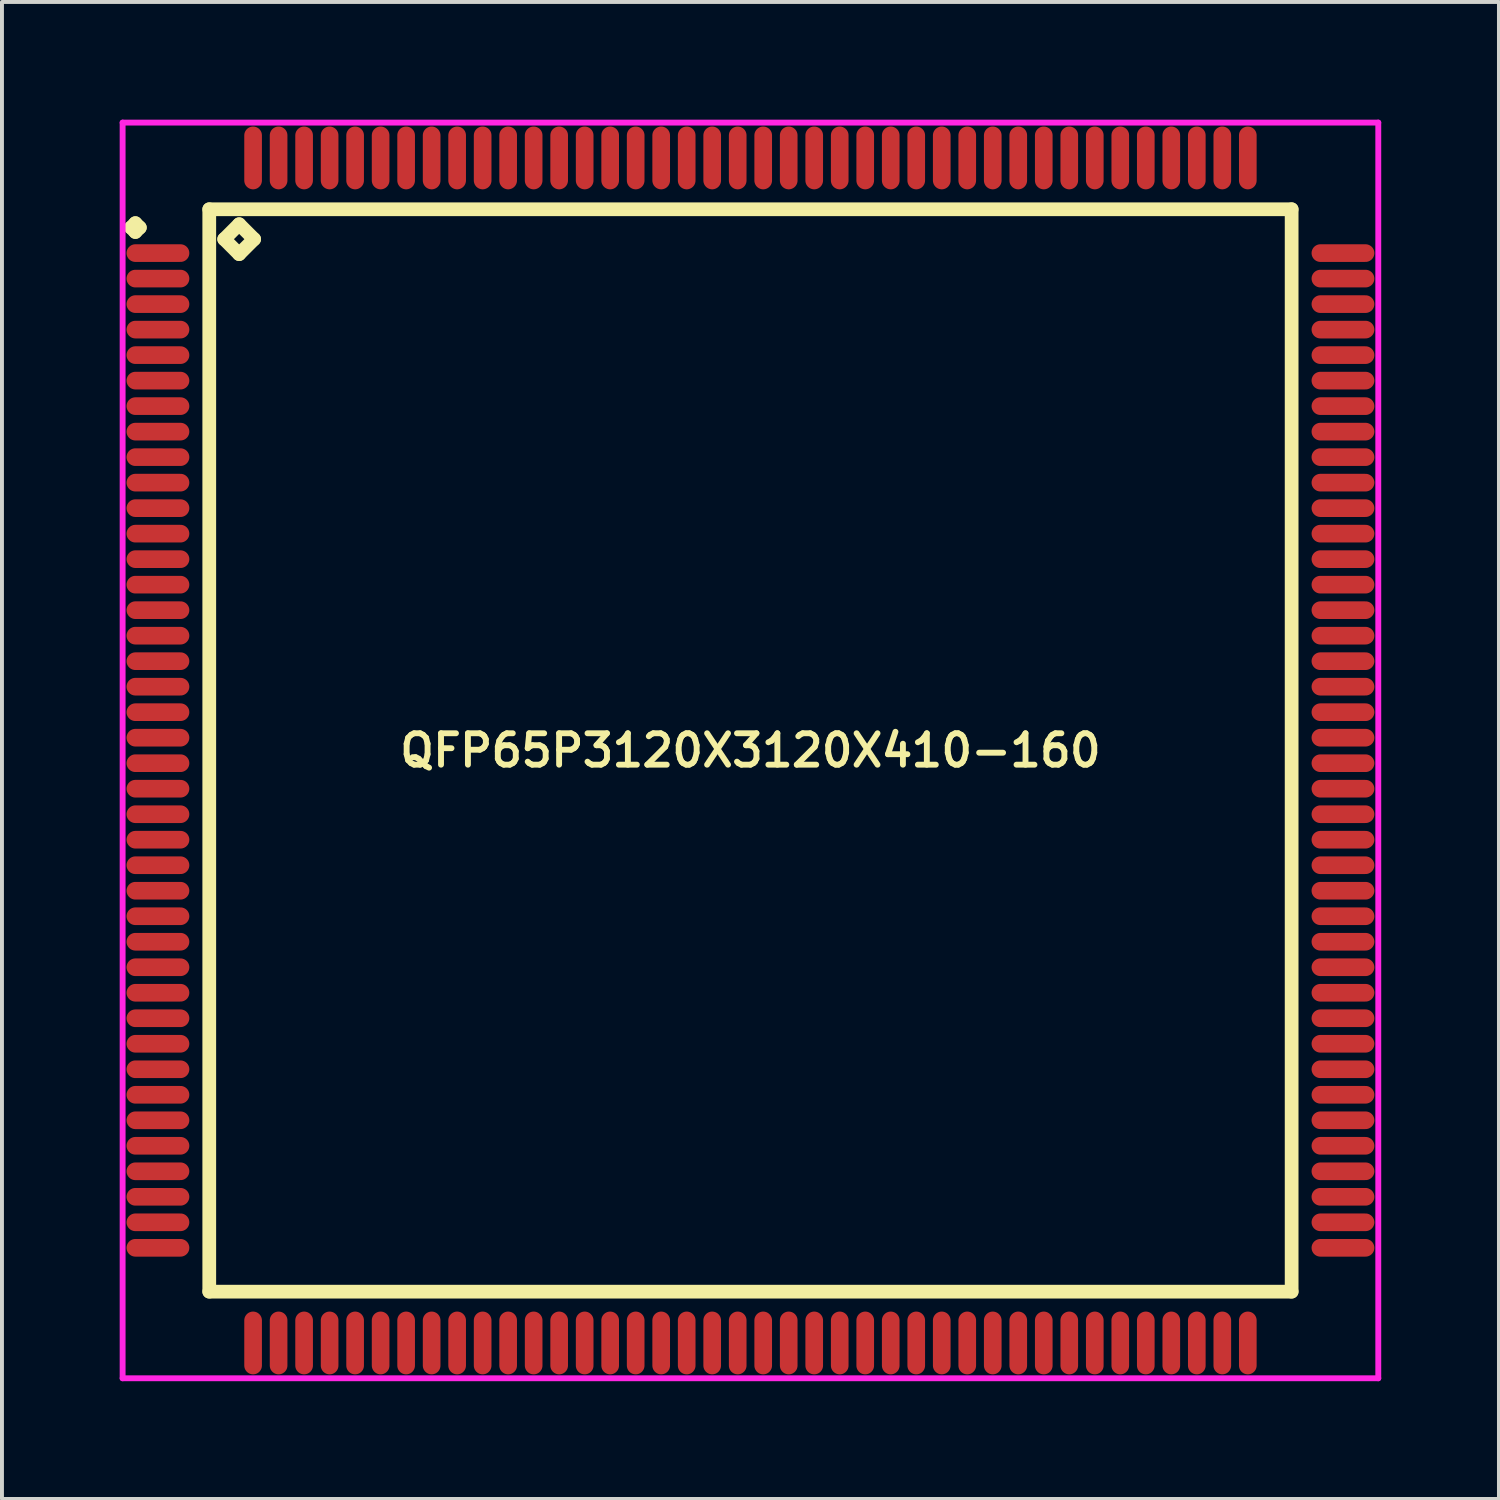
<source format=kicad_pcb>
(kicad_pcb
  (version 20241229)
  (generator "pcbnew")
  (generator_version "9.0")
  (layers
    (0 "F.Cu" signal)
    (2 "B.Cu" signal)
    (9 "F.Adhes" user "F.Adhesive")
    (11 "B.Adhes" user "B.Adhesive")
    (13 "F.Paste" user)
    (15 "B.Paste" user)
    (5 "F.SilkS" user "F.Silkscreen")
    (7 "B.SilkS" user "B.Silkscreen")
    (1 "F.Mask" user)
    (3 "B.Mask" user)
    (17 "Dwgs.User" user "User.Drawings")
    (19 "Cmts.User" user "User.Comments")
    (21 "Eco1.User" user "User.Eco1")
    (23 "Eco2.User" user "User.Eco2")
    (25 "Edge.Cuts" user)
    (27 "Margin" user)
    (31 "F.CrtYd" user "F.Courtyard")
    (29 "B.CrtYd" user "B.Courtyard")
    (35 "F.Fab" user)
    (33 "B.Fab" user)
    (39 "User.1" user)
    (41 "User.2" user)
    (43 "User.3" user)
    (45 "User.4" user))
  (footprint "QFP65P3120X3120X410-160"
    (layer "F.Cu")
    (at 16.075 16.075)
    (property "Reference" "QFP65P3120X3120X410-160" (at 0 0 0) (layer "F.SilkS") (effects (font (size 0.8 0.8) (thickness 0.15))))
    (attr through_hole)
    (fp_line (start -15.787 -13.325) (end -15.675 -13.438) (stroke (width 0.35) (type solid)) (layer "F.SilkS"))
    (fp_line (start -15.675 -13.438) (end -15.562 -13.325) (stroke (width 0.35) (type solid)) (layer "F.SilkS"))
    (fp_line (start -15.675 -13.213) (end -15.787 -13.325) (stroke (width 0.35) (type solid)) (layer "F.SilkS"))
    (fp_line (start -15.562 -13.325) (end -15.675 -13.213) (stroke (width 0.35) (type solid)) (layer "F.SilkS"))
    (fp_line (start -13.792 -13.792) (end -13.792 13.792) (stroke (width 0.35) (type solid)) (layer "F.SilkS"))
    (fp_line (start -13.792 13.792) (end 13.792 13.792) (stroke (width 0.35) (type solid)) (layer "F.SilkS"))
    (fp_line (start -13.411 -13.03) (end -13.03 -13.411) (stroke (width 0.35) (type solid)) (layer "F.SilkS"))
    (fp_line (start -13.03 -13.411) (end -12.649 -13.03) (stroke (width 0.35) (type solid)) (layer "F.SilkS"))
    (fp_line (start -13.03 -12.649) (end -13.411 -13.03) (stroke (width 0.35) (type solid)) (layer "F.SilkS"))
    (fp_line (start -12.649 -13.03) (end -13.03 -12.649) (stroke (width 0.35) (type solid)) (layer "F.SilkS"))
    (fp_line (start 13.792 -13.792) (end -13.792 -13.792) (stroke (width 0.35) (type solid)) (layer "F.SilkS"))
    (fp_line (start 13.792 13.792) (end 13.792 -13.792) (stroke (width 0.35) (type solid)) (layer "F.SilkS"))
    (fp_line (start -16 -16) (end 16 -16) (stroke (width 0.15) (type solid)) (layer "F.CrtYd"))
    (fp_line (start -16 16) (end -16 -16) (stroke (width 0.15) (type solid)) (layer "F.CrtYd"))
    (fp_line (start 16 -16) (end 16 16) (stroke (width 0.15) (type solid)) (layer "F.CrtYd"))
    (fp_line (start 16 16) (end -16 16) (stroke (width 0.15) (type solid)) (layer "F.CrtYd"))
    (pad "1" smd oval (at -15.1 -12.675) (size 1.6 0.45) (layers "F.Cu" "F.Mask" "F.Paste"))
    (pad "2" smd oval (at -15.1 -12.025) (size 1.6 0.45) (layers "F.Cu" "F.Mask" "F.Paste"))
    (pad "3" smd oval (at -15.1 -11.375) (size 1.6 0.45) (layers "F.Cu" "F.Mask" "F.Paste"))
    (pad "4" smd oval (at -15.1 -10.725) (size 1.6 0.45) (layers "F.Cu" "F.Mask" "F.Paste"))
    (pad "5" smd oval (at -15.1 -10.075) (size 1.6 0.45) (layers "F.Cu" "F.Mask" "F.Paste"))
    (pad "6" smd oval (at -15.1 -9.425) (size 1.6 0.45) (layers "F.Cu" "F.Mask" "F.Paste"))
    (pad "7" smd oval (at -15.1 -8.775) (size 1.6 0.45) (layers "F.Cu" "F.Mask" "F.Paste"))
    (pad "8" smd oval (at -15.1 -8.125) (size 1.6 0.45) (layers "F.Cu" "F.Mask" "F.Paste"))
    (pad "9" smd oval (at -15.1 -7.475) (size 1.6 0.45) (layers "F.Cu" "F.Mask" "F.Paste"))
    (pad "10" smd oval (at -15.1 -6.825) (size 1.6 0.45) (layers "F.Cu" "F.Mask" "F.Paste"))
    (pad "11" smd oval (at -15.1 -6.175) (size 1.6 0.45) (layers "F.Cu" "F.Mask" "F.Paste"))
    (pad "12" smd oval (at -15.1 -5.525) (size 1.6 0.45) (layers "F.Cu" "F.Mask" "F.Paste"))
    (pad "13" smd oval (at -15.1 -4.875) (size 1.6 0.45) (layers "F.Cu" "F.Mask" "F.Paste"))
    (pad "14" smd oval (at -15.1 -4.225) (size 1.6 0.45) (layers "F.Cu" "F.Mask" "F.Paste"))
    (pad "15" smd oval (at -15.1 -3.575) (size 1.6 0.45) (layers "F.Cu" "F.Mask" "F.Paste"))
    (pad "16" smd oval (at -15.1 -2.925) (size 1.6 0.45) (layers "F.Cu" "F.Mask" "F.Paste"))
    (pad "17" smd oval (at -15.1 -2.275) (size 1.6 0.45) (layers "F.Cu" "F.Mask" "F.Paste"))
    (pad "18" smd oval (at -15.1 -1.625) (size 1.6 0.45) (layers "F.Cu" "F.Mask" "F.Paste"))
    (pad "19" smd oval (at -15.1 -0.975) (size 1.6 0.45) (layers "F.Cu" "F.Mask" "F.Paste"))
    (pad "20" smd oval (at -15.1 -0.325) (size 1.6 0.45) (layers "F.Cu" "F.Mask" "F.Paste"))
    (pad "21" smd oval (at -15.1 0.325) (size 1.6 0.45) (layers "F.Cu" "F.Mask" "F.Paste"))
    (pad "22" smd oval (at -15.1 0.975) (size 1.6 0.45) (layers "F.Cu" "F.Mask" "F.Paste"))
    (pad "23" smd oval (at -15.1 1.625) (size 1.6 0.45) (layers "F.Cu" "F.Mask" "F.Paste"))
    (pad "24" smd oval (at -15.1 2.275) (size 1.6 0.45) (layers "F.Cu" "F.Mask" "F.Paste"))
    (pad "25" smd oval (at -15.1 2.925) (size 1.6 0.45) (layers "F.Cu" "F.Mask" "F.Paste"))
    (pad "26" smd oval (at -15.1 3.575) (size 1.6 0.45) (layers "F.Cu" "F.Mask" "F.Paste"))
    (pad "27" smd oval (at -15.1 4.225) (size 1.6 0.45) (layers "F.Cu" "F.Mask" "F.Paste"))
    (pad "28" smd oval (at -15.1 4.875) (size 1.6 0.45) (layers "F.Cu" "F.Mask" "F.Paste"))
    (pad "29" smd oval (at -15.1 5.525) (size 1.6 0.45) (layers "F.Cu" "F.Mask" "F.Paste"))
    (pad "30" smd oval (at -15.1 6.175) (size 1.6 0.45) (layers "F.Cu" "F.Mask" "F.Paste"))
    (pad "31" smd oval (at -15.1 6.825) (size 1.6 0.45) (layers "F.Cu" "F.Mask" "F.Paste"))
    (pad "32" smd oval (at -15.1 7.475) (size 1.6 0.45) (layers "F.Cu" "F.Mask" "F.Paste"))
    (pad "33" smd oval (at -15.1 8.125) (size 1.6 0.45) (layers "F.Cu" "F.Mask" "F.Paste"))
    (pad "34" smd oval (at -15.1 8.775) (size 1.6 0.45) (layers "F.Cu" "F.Mask" "F.Paste"))
    (pad "35" smd oval (at -15.1 9.425) (size 1.6 0.45) (layers "F.Cu" "F.Mask" "F.Paste"))
    (pad "36" smd oval (at -15.1 10.075) (size 1.6 0.45) (layers "F.Cu" "F.Mask" "F.Paste"))
    (pad "37" smd oval (at -15.1 10.725) (size 1.6 0.45) (layers "F.Cu" "F.Mask" "F.Paste"))
    (pad "38" smd oval (at -15.1 11.375) (size 1.6 0.45) (layers "F.Cu" "F.Mask" "F.Paste"))
    (pad "39" smd oval (at -15.1 12.025) (size 1.6 0.45) (layers "F.Cu" "F.Mask" "F.Paste"))
    (pad "40" smd oval (at -15.1 12.675) (size 1.6 0.45) (layers "F.Cu" "F.Mask" "F.Paste"))
    (pad "41" smd oval (at -12.675 15.1) (size 0.45 1.6) (layers "F.Cu" "F.Mask" "F.Paste"))
    (pad "42" smd oval (at -12.025 15.1) (size 0.45 1.6) (layers "F.Cu" "F.Mask" "F.Paste"))
    (pad "43" smd oval (at -11.375 15.1) (size 0.45 1.6) (layers "F.Cu" "F.Mask" "F.Paste"))
    (pad "44" smd oval (at -10.725 15.1) (size 0.45 1.6) (layers "F.Cu" "F.Mask" "F.Paste"))
    (pad "45" smd oval (at -10.075 15.1) (size 0.45 1.6) (layers "F.Cu" "F.Mask" "F.Paste"))
    (pad "46" smd oval (at -9.425 15.1) (size 0.45 1.6) (layers "F.Cu" "F.Mask" "F.Paste"))
    (pad "47" smd oval (at -8.775 15.1) (size 0.45 1.6) (layers "F.Cu" "F.Mask" "F.Paste"))
    (pad "48" smd oval (at -8.125 15.1) (size 0.45 1.6) (layers "F.Cu" "F.Mask" "F.Paste"))
    (pad "49" smd oval (at -7.475 15.1) (size 0.45 1.6) (layers "F.Cu" "F.Mask" "F.Paste"))
    (pad "50" smd oval (at -6.825 15.1) (size 0.45 1.6) (layers "F.Cu" "F.Mask" "F.Paste"))
    (pad "51" smd oval (at -6.175 15.1) (size 0.45 1.6) (layers "F.Cu" "F.Mask" "F.Paste"))
    (pad "52" smd oval (at -5.525 15.1) (size 0.45 1.6) (layers "F.Cu" "F.Mask" "F.Paste"))
    (pad "53" smd oval (at -4.875 15.1) (size 0.45 1.6) (layers "F.Cu" "F.Mask" "F.Paste"))
    (pad "54" smd oval (at -4.225 15.1) (size 0.45 1.6) (layers "F.Cu" "F.Mask" "F.Paste"))
    (pad "55" smd oval (at -3.575 15.1) (size 0.45 1.6) (layers "F.Cu" "F.Mask" "F.Paste"))
    (pad "56" smd oval (at -2.925 15.1) (size 0.45 1.6) (layers "F.Cu" "F.Mask" "F.Paste"))
    (pad "57" smd oval (at -2.275 15.1) (size 0.45 1.6) (layers "F.Cu" "F.Mask" "F.Paste"))
    (pad "58" smd oval (at -1.625 15.1) (size 0.45 1.6) (layers "F.Cu" "F.Mask" "F.Paste"))
    (pad "59" smd oval (at -0.975 15.1) (size 0.45 1.6) (layers "F.Cu" "F.Mask" "F.Paste"))
    (pad "60" smd oval (at -0.325 15.1) (size 0.45 1.6) (layers "F.Cu" "F.Mask" "F.Paste"))
    (pad "61" smd oval (at 0.325 15.1) (size 0.45 1.6) (layers "F.Cu" "F.Mask" "F.Paste"))
    (pad "62" smd oval (at 0.975 15.1) (size 0.45 1.6) (layers "F.Cu" "F.Mask" "F.Paste"))
    (pad "63" smd oval (at 1.625 15.1) (size 0.45 1.6) (layers "F.Cu" "F.Mask" "F.Paste"))
    (pad "64" smd oval (at 2.275 15.1) (size 0.45 1.6) (layers "F.Cu" "F.Mask" "F.Paste"))
    (pad "65" smd oval (at 2.925 15.1) (size 0.45 1.6) (layers "F.Cu" "F.Mask" "F.Paste"))
    (pad "66" smd oval (at 3.575 15.1) (size 0.45 1.6) (layers "F.Cu" "F.Mask" "F.Paste"))
    (pad "67" smd oval (at 4.225 15.1) (size 0.45 1.6) (layers "F.Cu" "F.Mask" "F.Paste"))
    (pad "68" smd oval (at 4.875 15.1) (size 0.45 1.6) (layers "F.Cu" "F.Mask" "F.Paste"))
    (pad "69" smd oval (at 5.525 15.1) (size 0.45 1.6) (layers "F.Cu" "F.Mask" "F.Paste"))
    (pad "70" smd oval (at 6.175 15.1) (size 0.45 1.6) (layers "F.Cu" "F.Mask" "F.Paste"))
    (pad "71" smd oval (at 6.825 15.1) (size 0.45 1.6) (layers "F.Cu" "F.Mask" "F.Paste"))
    (pad "72" smd oval (at 7.475 15.1) (size 0.45 1.6) (layers "F.Cu" "F.Mask" "F.Paste"))
    (pad "73" smd oval (at 8.125 15.1) (size 0.45 1.6) (layers "F.Cu" "F.Mask" "F.Paste"))
    (pad "74" smd oval (at 8.775 15.1) (size 0.45 1.6) (layers "F.Cu" "F.Mask" "F.Paste"))
    (pad "75" smd oval (at 9.425 15.1) (size 0.45 1.6) (layers "F.Cu" "F.Mask" "F.Paste"))
    (pad "76" smd oval (at 10.075 15.1) (size 0.45 1.6) (layers "F.Cu" "F.Mask" "F.Paste"))
    (pad "77" smd oval (at 10.725 15.1) (size 0.45 1.6) (layers "F.Cu" "F.Mask" "F.Paste"))
    (pad "78" smd oval (at 11.375 15.1) (size 0.45 1.6) (layers "F.Cu" "F.Mask" "F.Paste"))
    (pad "79" smd oval (at 12.025 15.1) (size 0.45 1.6) (layers "F.Cu" "F.Mask" "F.Paste"))
    (pad "80" smd oval (at 12.675 15.1) (size 0.45 1.6) (layers "F.Cu" "F.Mask" "F.Paste"))
    (pad "81" smd oval (at 15.1 12.675) (size 1.6 0.45) (layers "F.Cu" "F.Mask" "F.Paste"))
    (pad "82" smd oval (at 15.1 12.025) (size 1.6 0.45) (layers "F.Cu" "F.Mask" "F.Paste"))
    (pad "83" smd oval (at 15.1 11.375) (size 1.6 0.45) (layers "F.Cu" "F.Mask" "F.Paste"))
    (pad "84" smd oval (at 15.1 10.725) (size 1.6 0.45) (layers "F.Cu" "F.Mask" "F.Paste"))
    (pad "85" smd oval (at 15.1 10.075) (size 1.6 0.45) (layers "F.Cu" "F.Mask" "F.Paste"))
    (pad "86" smd oval (at 15.1 9.425) (size 1.6 0.45) (layers "F.Cu" "F.Mask" "F.Paste"))
    (pad "87" smd oval (at 15.1 8.775) (size 1.6 0.45) (layers "F.Cu" "F.Mask" "F.Paste"))
    (pad "88" smd oval (at 15.1 8.125) (size 1.6 0.45) (layers "F.Cu" "F.Mask" "F.Paste"))
    (pad "89" smd oval (at 15.1 7.475) (size 1.6 0.45) (layers "F.Cu" "F.Mask" "F.Paste"))
    (pad "90" smd oval (at 15.1 6.825) (size 1.6 0.45) (layers "F.Cu" "F.Mask" "F.Paste"))
    (pad "91" smd oval (at 15.1 6.175) (size 1.6 0.45) (layers "F.Cu" "F.Mask" "F.Paste"))
    (pad "92" smd oval (at 15.1 5.525) (size 1.6 0.45) (layers "F.Cu" "F.Mask" "F.Paste"))
    (pad "93" smd oval (at 15.1 4.875) (size 1.6 0.45) (layers "F.Cu" "F.Mask" "F.Paste"))
    (pad "94" smd oval (at 15.1 4.225) (size 1.6 0.45) (layers "F.Cu" "F.Mask" "F.Paste"))
    (pad "95" smd oval (at 15.1 3.575) (size 1.6 0.45) (layers "F.Cu" "F.Mask" "F.Paste"))
    (pad "96" smd oval (at 15.1 2.925) (size 1.6 0.45) (layers "F.Cu" "F.Mask" "F.Paste"))
    (pad "97" smd oval (at 15.1 2.275) (size 1.6 0.45) (layers "F.Cu" "F.Mask" "F.Paste"))
    (pad "98" smd oval (at 15.1 1.625) (size 1.6 0.45) (layers "F.Cu" "F.Mask" "F.Paste"))
    (pad "99" smd oval (at 15.1 0.975) (size 1.6 0.45) (layers "F.Cu" "F.Mask" "F.Paste"))
    (pad "100" smd oval (at 15.1 0.325) (size 1.6 0.45) (layers "F.Cu" "F.Mask" "F.Paste"))
    (pad "101" smd oval (at 15.1 -0.325) (size 1.6 0.45) (layers "F.Cu" "F.Mask" "F.Paste"))
    (pad "102" smd oval (at 15.1 -0.975) (size 1.6 0.45) (layers "F.Cu" "F.Mask" "F.Paste"))
    (pad "103" smd oval (at 15.1 -1.625) (size 1.6 0.45) (layers "F.Cu" "F.Mask" "F.Paste"))
    (pad "104" smd oval (at 15.1 -2.275) (size 1.6 0.45) (layers "F.Cu" "F.Mask" "F.Paste"))
    (pad "105" smd oval (at 15.1 -2.925) (size 1.6 0.45) (layers "F.Cu" "F.Mask" "F.Paste"))
    (pad "106" smd oval (at 15.1 -3.575) (size 1.6 0.45) (layers "F.Cu" "F.Mask" "F.Paste"))
    (pad "107" smd oval (at 15.1 -4.225) (size 1.6 0.45) (layers "F.Cu" "F.Mask" "F.Paste"))
    (pad "108" smd oval (at 15.1 -4.875) (size 1.6 0.45) (layers "F.Cu" "F.Mask" "F.Paste"))
    (pad "109" smd oval (at 15.1 -5.525) (size 1.6 0.45) (layers "F.Cu" "F.Mask" "F.Paste"))
    (pad "110" smd oval (at 15.1 -6.175) (size 1.6 0.45) (layers "F.Cu" "F.Mask" "F.Paste"))
    (pad "111" smd oval (at 15.1 -6.825) (size 1.6 0.45) (layers "F.Cu" "F.Mask" "F.Paste"))
    (pad "112" smd oval (at 15.1 -7.475) (size 1.6 0.45) (layers "F.Cu" "F.Mask" "F.Paste"))
    (pad "113" smd oval (at 15.1 -8.125) (size 1.6 0.45) (layers "F.Cu" "F.Mask" "F.Paste"))
    (pad "114" smd oval (at 15.1 -8.775) (size 1.6 0.45) (layers "F.Cu" "F.Mask" "F.Paste"))
    (pad "115" smd oval (at 15.1 -9.425) (size 1.6 0.45) (layers "F.Cu" "F.Mask" "F.Paste"))
    (pad "116" smd oval (at 15.1 -10.075) (size 1.6 0.45) (layers "F.Cu" "F.Mask" "F.Paste"))
    (pad "117" smd oval (at 15.1 -10.725) (size 1.6 0.45) (layers "F.Cu" "F.Mask" "F.Paste"))
    (pad "118" smd oval (at 15.1 -11.375) (size 1.6 0.45) (layers "F.Cu" "F.Mask" "F.Paste"))
    (pad "119" smd oval (at 15.1 -12.025) (size 1.6 0.45) (layers "F.Cu" "F.Mask" "F.Paste"))
    (pad "120" smd oval (at 15.1 -12.675) (size 1.6 0.45) (layers "F.Cu" "F.Mask" "F.Paste"))
    (pad "121" smd oval (at 12.675 -15.1) (size 0.45 1.6) (layers "F.Cu" "F.Mask" "F.Paste"))
    (pad "122" smd oval (at 12.025 -15.1) (size 0.45 1.6) (layers "F.Cu" "F.Mask" "F.Paste"))
    (pad "123" smd oval (at 11.375 -15.1) (size 0.45 1.6) (layers "F.Cu" "F.Mask" "F.Paste"))
    (pad "124" smd oval (at 10.725 -15.1) (size 0.45 1.6) (layers "F.Cu" "F.Mask" "F.Paste"))
    (pad "125" smd oval (at 10.075 -15.1) (size 0.45 1.6) (layers "F.Cu" "F.Mask" "F.Paste"))
    (pad "126" smd oval (at 9.425 -15.1) (size 0.45 1.6) (layers "F.Cu" "F.Mask" "F.Paste"))
    (pad "127" smd oval (at 8.775 -15.1) (size 0.45 1.6) (layers "F.Cu" "F.Mask" "F.Paste"))
    (pad "128" smd oval (at 8.125 -15.1) (size 0.45 1.6) (layers "F.Cu" "F.Mask" "F.Paste"))
    (pad "129" smd oval (at 7.475 -15.1) (size 0.45 1.6) (layers "F.Cu" "F.Mask" "F.Paste"))
    (pad "130" smd oval (at 6.825 -15.1) (size 0.45 1.6) (layers "F.Cu" "F.Mask" "F.Paste"))
    (pad "131" smd oval (at 6.175 -15.1) (size 0.45 1.6) (layers "F.Cu" "F.Mask" "F.Paste"))
    (pad "132" smd oval (at 5.525 -15.1) (size 0.45 1.6) (layers "F.Cu" "F.Mask" "F.Paste"))
    (pad "133" smd oval (at 4.875 -15.1) (size 0.45 1.6) (layers "F.Cu" "F.Mask" "F.Paste"))
    (pad "134" smd oval (at 4.225 -15.1) (size 0.45 1.6) (layers "F.Cu" "F.Mask" "F.Paste"))
    (pad "135" smd oval (at 3.575 -15.1) (size 0.45 1.6) (layers "F.Cu" "F.Mask" "F.Paste"))
    (pad "136" smd oval (at 2.925 -15.1) (size 0.45 1.6) (layers "F.Cu" "F.Mask" "F.Paste"))
    (pad "137" smd oval (at 2.275 -15.1) (size 0.45 1.6) (layers "F.Cu" "F.Mask" "F.Paste"))
    (pad "138" smd oval (at 1.625 -15.1) (size 0.45 1.6) (layers "F.Cu" "F.Mask" "F.Paste"))
    (pad "139" smd oval (at 0.975 -15.1) (size 0.45 1.6) (layers "F.Cu" "F.Mask" "F.Paste"))
    (pad "140" smd oval (at 0.325 -15.1) (size 0.45 1.6) (layers "F.Cu" "F.Mask" "F.Paste"))
    (pad "141" smd oval (at -0.325 -15.1) (size 0.45 1.6) (layers "F.Cu" "F.Mask" "F.Paste"))
    (pad "142" smd oval (at -0.975 -15.1) (size 0.45 1.6) (layers "F.Cu" "F.Mask" "F.Paste"))
    (pad "143" smd oval (at -1.625 -15.1) (size 0.45 1.6) (layers "F.Cu" "F.Mask" "F.Paste"))
    (pad "144" smd oval (at -2.275 -15.1) (size 0.45 1.6) (layers "F.Cu" "F.Mask" "F.Paste"))
    (pad "145" smd oval (at -2.925 -15.1) (size 0.45 1.6) (layers "F.Cu" "F.Mask" "F.Paste"))
    (pad "146" smd oval (at -3.575 -15.1) (size 0.45 1.6) (layers "F.Cu" "F.Mask" "F.Paste"))
    (pad "147" smd oval (at -4.225 -15.1) (size 0.45 1.6) (layers "F.Cu" "F.Mask" "F.Paste"))
    (pad "148" smd oval (at -4.875 -15.1) (size 0.45 1.6) (layers "F.Cu" "F.Mask" "F.Paste"))
    (pad "149" smd oval (at -5.525 -15.1) (size 0.45 1.6) (layers "F.Cu" "F.Mask" "F.Paste"))
    (pad "150" smd oval (at -6.175 -15.1) (size 0.45 1.6) (layers "F.Cu" "F.Mask" "F.Paste"))
    (pad "151" smd oval (at -6.825 -15.1) (size 0.45 1.6) (layers "F.Cu" "F.Mask" "F.Paste"))
    (pad "152" smd oval (at -7.475 -15.1) (size 0.45 1.6) (layers "F.Cu" "F.Mask" "F.Paste"))
    (pad "153" smd oval (at -8.125 -15.1) (size 0.45 1.6) (layers "F.Cu" "F.Mask" "F.Paste"))
    (pad "154" smd oval (at -8.775 -15.1) (size 0.45 1.6) (layers "F.Cu" "F.Mask" "F.Paste"))
    (pad "155" smd oval (at -9.425 -15.1) (size 0.45 1.6) (layers "F.Cu" "F.Mask" "F.Paste"))
    (pad "156" smd oval (at -10.075 -15.1) (size 0.45 1.6) (layers "F.Cu" "F.Mask" "F.Paste"))
    (pad "157" smd oval (at -10.725 -15.1) (size 0.45 1.6) (layers "F.Cu" "F.Mask" "F.Paste"))
    (pad "158" smd oval (at -11.375 -15.1) (size 0.45 1.6) (layers "F.Cu" "F.Mask" "F.Paste"))
    (pad "159" smd oval (at -12.025 -15.1) (size 0.45 1.6) (layers "F.Cu" "F.Mask" "F.Paste"))
    (pad "160" smd oval (at -12.675 -15.1) (size 0.45 1.6) (layers "F.Cu" "F.Mask" "F.Paste")))
  (gr_rect
    (start -3 -3)
    (end 35.15 35.15)
    (stroke (width 0.1) (type default))
    (fill no)
    (layer "Edge.Cuts")))
</source>
